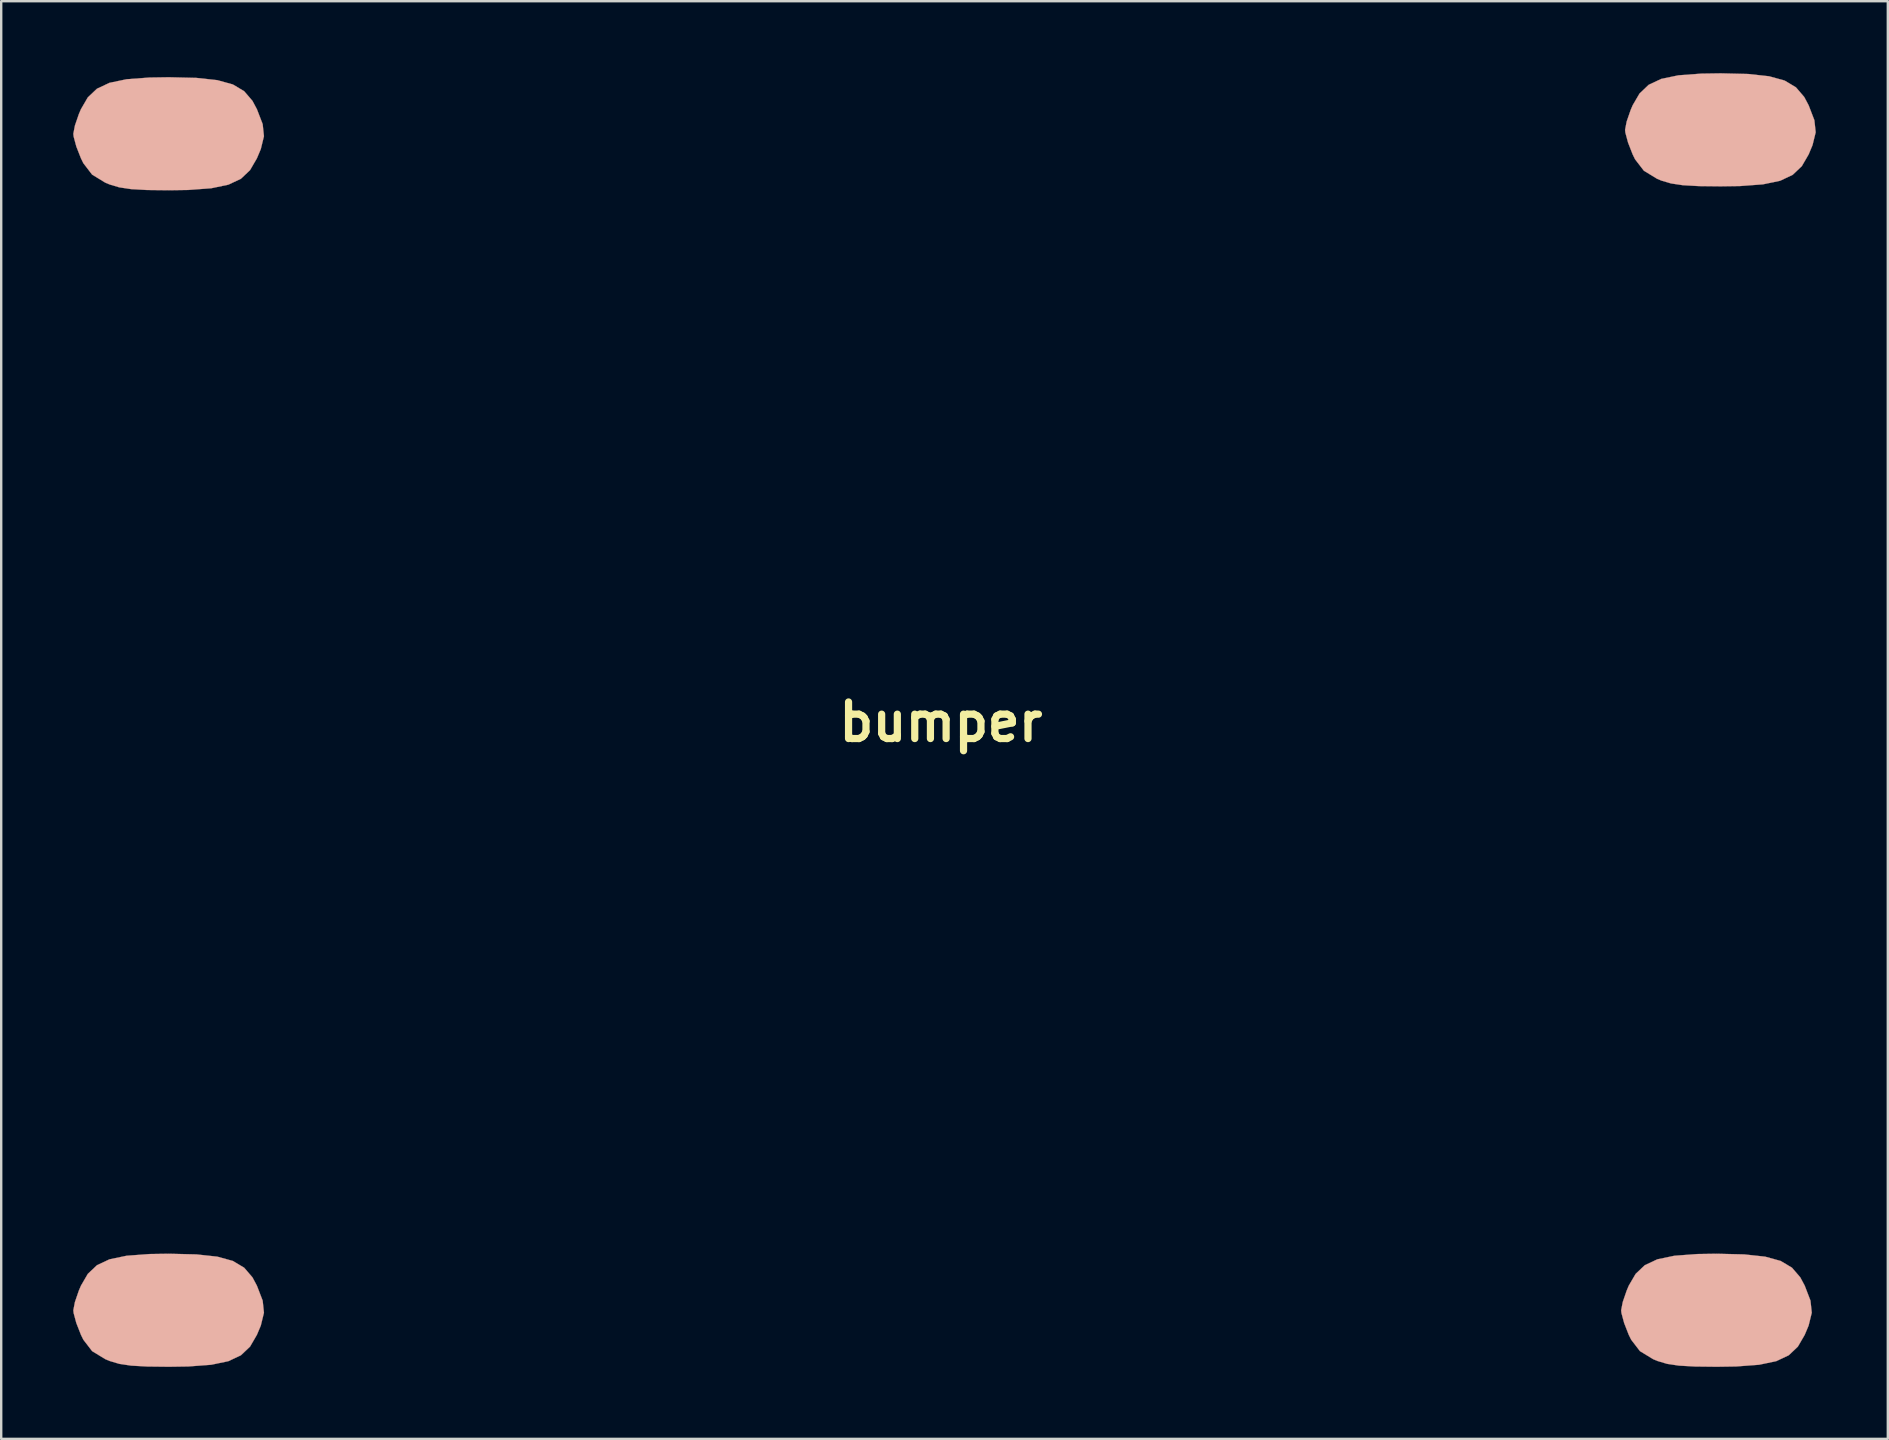
<source format=kicad_pcb>
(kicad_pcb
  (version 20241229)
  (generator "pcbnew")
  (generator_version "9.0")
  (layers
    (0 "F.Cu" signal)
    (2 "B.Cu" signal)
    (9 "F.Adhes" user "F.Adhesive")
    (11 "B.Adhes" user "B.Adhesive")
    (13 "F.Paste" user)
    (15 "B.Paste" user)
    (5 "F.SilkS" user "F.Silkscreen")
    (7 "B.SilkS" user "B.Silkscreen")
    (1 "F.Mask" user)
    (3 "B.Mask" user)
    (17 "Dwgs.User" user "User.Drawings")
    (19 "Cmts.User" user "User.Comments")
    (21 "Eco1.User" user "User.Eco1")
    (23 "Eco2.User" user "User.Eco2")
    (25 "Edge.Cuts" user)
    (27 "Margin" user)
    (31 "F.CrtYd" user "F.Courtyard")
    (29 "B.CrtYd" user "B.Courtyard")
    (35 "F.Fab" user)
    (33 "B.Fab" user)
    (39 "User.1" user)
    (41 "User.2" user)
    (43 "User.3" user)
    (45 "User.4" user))
  (footprint "bumper"
    (layer "F.Cu")
    (at 36.144 27.026)
    (property "Reference" "bumper" (at 0 0 0) (layer "F.SilkS") (effects (font (size 1.524 1.524) (thickness 0.3))))
    (attr through_hole)
    (fp_poly (pts (xy -31.013 -26.831) (xy -30.141 -26.737) (xy -29.494 -26.558) (xy -29.023 -26.277) (xy -28.678 -25.876) (xy -28.492 -25.528) (xy -28.252 -24.905) (xy -28.199 -24.401) (xy -28.33 -23.865) (xy -28.492 -23.481) (xy -28.778 -22.989) (xy -29.158 -22.629) (xy -29.681 -22.383) (xy -30.395 -22.234) (xy -31.349 -22.163) (xy -32.157 -22.151) (xy -33.069 -22.161) (xy -33.733 -22.198) (xy -34.226 -22.272) (xy -34.625 -22.391) (xy -34.808 -22.467) (xy -35.357 -22.802) (xy -35.721 -23.276) (xy -35.822 -23.481) (xy -36.015 -23.973) (xy -36.127 -24.39) (xy -36.139 -24.504) (xy -36.073 -24.847) (xy -35.908 -25.327) (xy -35.822 -25.528) (xy -35.536 -26.02) (xy -35.156 -26.38) (xy -34.633 -26.626) (xy -33.919 -26.775) (xy -32.965 -26.846) (xy -32.157 -26.858) (xy -31.013 -26.831)) (stroke (width 0.01) (type solid)) (fill yes) (layer "B.SilkS"))
    (fp_poly (pts (xy -31.013 22.178) (xy -30.141 22.272) (xy -29.494 22.451) (xy -29.023 22.732) (xy -28.678 23.133) (xy -28.492 23.481) (xy -28.252 24.104) (xy -28.199 24.608) (xy -28.33 25.144) (xy -28.492 25.528) (xy -28.778 26.02) (xy -29.158 26.38) (xy -29.681 26.626) (xy -30.395 26.775) (xy -31.349 26.846) (xy -32.157 26.858) (xy -33.069 26.848) (xy -33.733 26.811) (xy -34.226 26.737) (xy -34.625 26.618) (xy -34.808 26.542) (xy -35.357 26.207) (xy -35.721 25.733) (xy -35.822 25.528) (xy -36.015 25.036) (xy -36.127 24.619) (xy -36.139 24.504) (xy -36.073 24.162) (xy -35.908 23.682) (xy -35.822 23.481) (xy -35.536 22.989) (xy -35.156 22.629) (xy -34.633 22.383) (xy -33.919 22.234) (xy -32.965 22.163) (xy -32.157 22.151) (xy -31.013 22.178)) (stroke (width 0.01) (type solid)) (fill yes) (layer "B.SilkS"))
    (fp_poly (pts (xy 33.464 22.178) (xy 34.336 22.272) (xy 34.983 22.451) (xy 35.454 22.732) (xy 35.799 23.133) (xy 35.985 23.481) (xy 36.224 24.104) (xy 36.278 24.608) (xy 36.146 25.144) (xy 35.985 25.528) (xy 35.699 26.02) (xy 35.319 26.38) (xy 34.796 26.626) (xy 34.082 26.775) (xy 33.128 26.846) (xy 32.32 26.858) (xy 31.408 26.848) (xy 30.744 26.811) (xy 30.251 26.737) (xy 29.852 26.618) (xy 29.669 26.542) (xy 29.12 26.207) (xy 28.756 25.733) (xy 28.654 25.528) (xy 28.462 25.036) (xy 28.35 24.619) (xy 28.338 24.504) (xy 28.404 24.162) (xy 28.569 23.682) (xy 28.654 23.481) (xy 28.941 22.989) (xy 29.321 22.629) (xy 29.844 22.383) (xy 30.558 22.234) (xy 31.512 22.163) (xy 32.32 22.151) (xy 33.464 22.178)) (stroke (width 0.01) (type solid)) (fill yes) (layer "B.SilkS"))
    (fp_poly (pts (xy 33.627 -26.994) (xy 34.499 -26.899) (xy 35.146 -26.721) (xy 35.617 -26.44) (xy 35.962 -26.039) (xy 36.148 -25.69) (xy 36.387 -25.068) (xy 36.441 -24.564) (xy 36.309 -24.028) (xy 36.148 -23.644) (xy 35.862 -23.152) (xy 35.481 -22.792) (xy 34.959 -22.546) (xy 34.245 -22.397) (xy 33.291 -22.326) (xy 32.483 -22.314) (xy 31.571 -22.324) (xy 30.907 -22.361) (xy 30.414 -22.435) (xy 30.014 -22.553) (xy 29.831 -22.63) (xy 29.283 -22.965) (xy 28.918 -23.439) (xy 28.817 -23.644) (xy 28.625 -24.136) (xy 28.513 -24.553) (xy 28.501 -24.667) (xy 28.566 -25.01) (xy 28.732 -25.49) (xy 28.817 -25.69) (xy 29.104 -26.182) (xy 29.484 -26.543) (xy 30.007 -26.789) (xy 30.721 -26.938) (xy 31.675 -27.009) (xy 32.483 -27.021) (xy 33.627 -26.994)) (stroke (width 0.01) (type solid)) (fill yes) (layer "B.SilkS")))
  (gr_rect
    (start -3 -3)
    (end 75.59 56.889)
    (stroke (width 0.1) (type default))
    (fill no)
    (layer "Edge.Cuts")))
</source>
